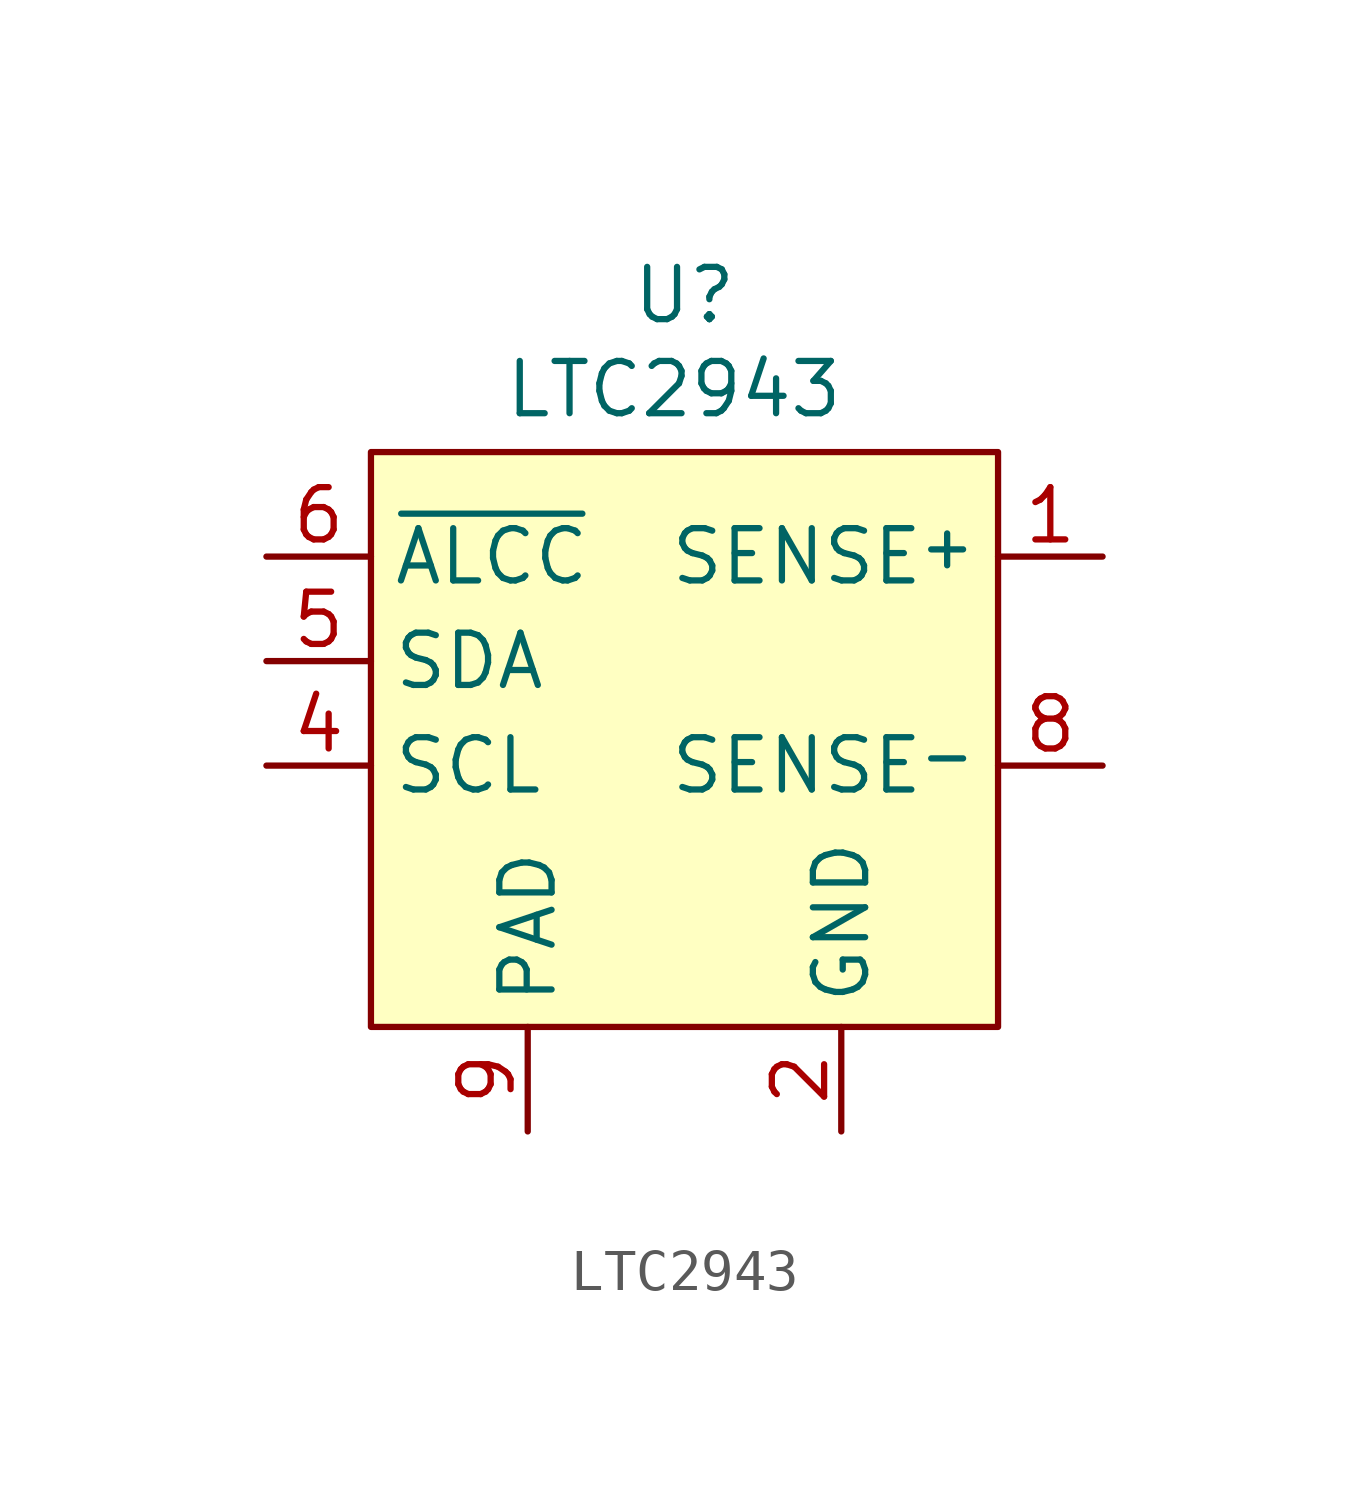
<source format=kicad_sym>
(kicad_symbol_lib
  (version 20241209)
  (generator "kicad_symbol_editor")
  (generator_version "9.0")
  (symbol "LTC2943"
    (property "Reference" "U"
      (at 0 8.89 0)
      (effects (font (size 1.27 1.27))))
    (property "Value" "LTC2943"
      (at -0.254 6.604 0)
      (effects (font (size 1.27 1.27))))
    (symbol "LTC2943_1_1"
      (rectangle (start -7.62 5.08) (end 7.62 -8.89) (stroke (width 0) (type solid)) (fill (type background)))
      (pin power_in line (at -10.16 2.54 0) (length 2.54) (name "~{ALCC}" (effects (font (size 1.27 1.27)))) (number "6" (effects (font (size 1.27 1.27)))))
      (pin power_in line (at -10.16 0 0) (length 2.54) (name "SDA" (effects (font (size 1.27 1.27)))) (number "5" (effects (font (size 1.27 1.27)))))
      (pin power_in line (at -10.16 -2.54 0) (length 2.54) (name "SCL" (effects (font (size 1.27 1.27)))) (number "4" (effects (font (size 1.27 1.27)))))
      (pin power_out line (at -3.81 -11.43 90) (length 2.54) (name "PAD" (effects (font (size 1.27 1.27)))) (number "9" (effects (font (size 1.27 1.27)))))
      (pin power_out line (at 3.81 -11.43 90) (length 2.54) (name "GND" (effects (font (size 1.27 1.27)))) (number "2" (effects (font (size 1.27 1.27)))))
      (pin power_out line (at 3.81 -11.43 90) (length 2.54) (hide yes) (name "GND" (effects (font (size 1.27 1.27)))) (number "3" (effects (font (size 1.27 1.27)))))
      (pin power_out line (at 3.81 -11.43 90) (length 2.54) (hide yes) (name "GND" (effects (font (size 1.27 1.27)))) (number "7" (effects (font (size 1.27 1.27)))))
      (pin power_out line (at 10.16 2.54 180) (length 2.54) (name "SENSE^{+}" (effects (font (size 1.27 1.27)))) (number "1" (effects (font (size 1.27 1.27)))))
      (pin power_in line (at 10.16 -2.54 180) (length 2.54) (name "SENSE^{-}" (effects (font (size 1.27 1.27)))) (number "8" (effects (font (size 1.27 1.27))))))))
</source>
